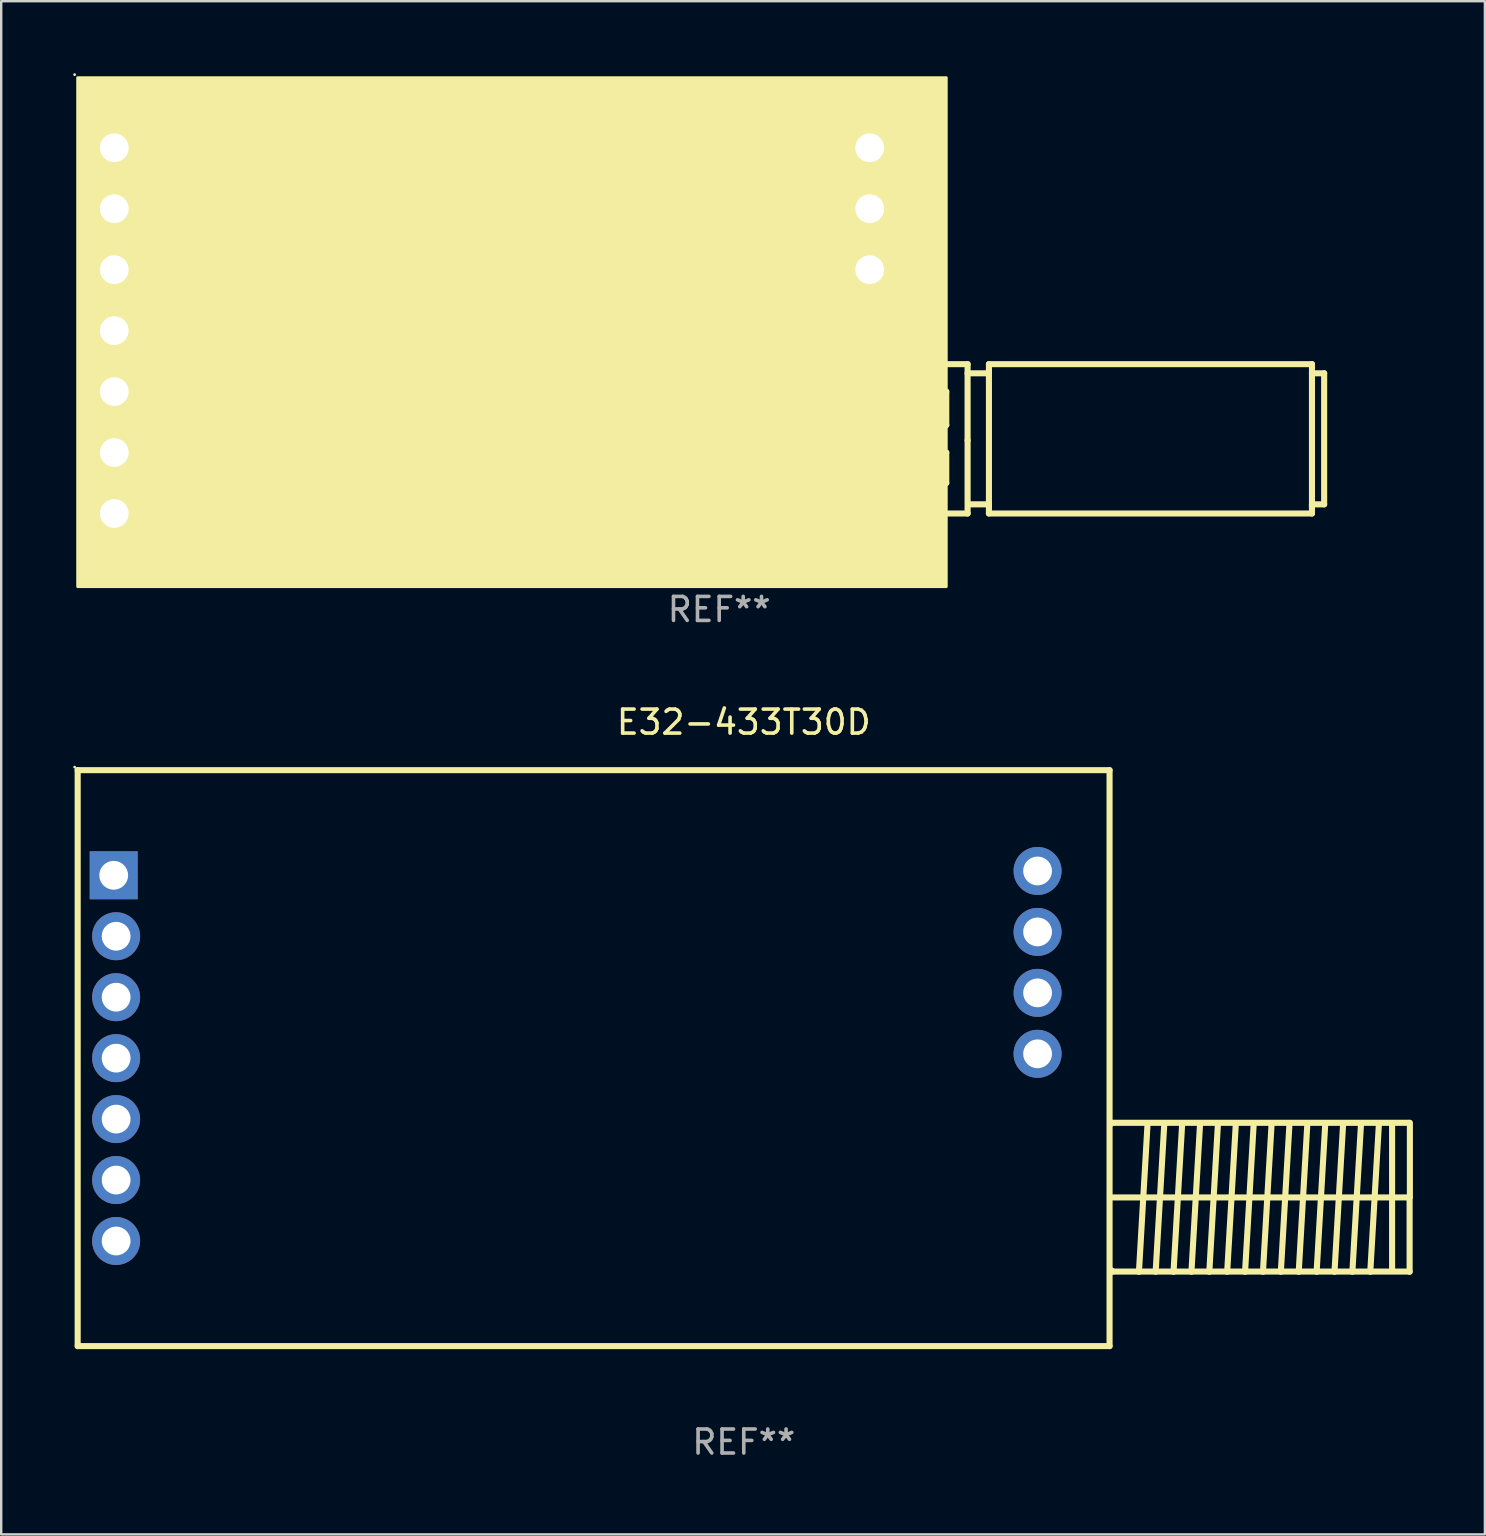
<source format=kicad_pcb>
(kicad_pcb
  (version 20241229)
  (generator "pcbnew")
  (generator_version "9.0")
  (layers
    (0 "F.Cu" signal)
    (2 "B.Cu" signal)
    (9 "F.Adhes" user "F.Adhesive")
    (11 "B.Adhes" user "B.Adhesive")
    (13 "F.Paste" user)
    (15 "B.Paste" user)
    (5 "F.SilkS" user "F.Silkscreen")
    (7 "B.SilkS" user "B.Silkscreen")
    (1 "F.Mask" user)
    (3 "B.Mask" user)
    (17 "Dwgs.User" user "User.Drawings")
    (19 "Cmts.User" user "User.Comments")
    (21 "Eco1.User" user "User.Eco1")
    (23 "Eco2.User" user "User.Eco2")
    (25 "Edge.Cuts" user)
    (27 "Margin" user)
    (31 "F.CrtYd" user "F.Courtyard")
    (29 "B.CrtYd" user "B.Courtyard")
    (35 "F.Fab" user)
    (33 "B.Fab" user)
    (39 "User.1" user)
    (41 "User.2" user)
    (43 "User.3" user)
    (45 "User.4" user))
  (footprint "E32-433T30D"
    (layer "F.Cu")
    (at 27.945 41.045)
    (property "Reference" "E32-433T30D" (at 0 -14 0) (layer "F.SilkS") (effects (font (size 1 1) (thickness 0.15))))
    (attr through_hole)
    (fp_line (start -27.758 -12) (end 15.243 -12) (stroke (width 0.254) (type solid)) (layer "F.SilkS"))
    (fp_line (start -27.758 12) (end 15.243 12) (stroke (width 0.254) (type solid)) (layer "F.SilkS"))
    (fp_line (start -27.758 -12) (end -27.758 12) (stroke (width 0.254) (type solid)) (layer "F.SilkS"))
    (fp_line (start 15.243 -12) (end 15.243 12) (stroke (width 0.254) (type solid)) (layer "F.SilkS"))
    (fp_line (start 15.328 5.805) (end 27.728 5.805) (stroke (width 0.254) (type solid)) (layer "F.SilkS"))
    (fp_line (start 15.358 2.695) (end 15.328 2.725) (stroke (width 0.254) (type solid)) (layer "F.SilkS"))
    (fp_line (start 15.378 8.895) (end 15.328 8.845) (stroke (width 0.254) (type solid)) (layer "F.SilkS"))
    (fp_line (start 16.827 2.725) (end 16.468 8.905) (stroke (width 0.254) (type solid)) (layer "F.SilkS"))
    (fp_line (start 17.524 2.725) (end 17.164 8.905) (stroke (width 0.254) (type solid)) (layer "F.SilkS"))
    (fp_line (start 18.269 2.725) (end 17.909 8.905) (stroke (width 0.254) (type solid)) (layer "F.SilkS"))
    (fp_line (start 19.015 2.725) (end 18.655 8.905) (stroke (width 0.254) (type solid)) (layer "F.SilkS"))
    (fp_line (start 19.76 2.725) (end 19.4 8.905) (stroke (width 0.254) (type solid)) (layer "F.SilkS"))
    (fp_line (start 20.505 2.725) (end 20.145 8.905) (stroke (width 0.254) (type solid)) (layer "F.SilkS"))
    (fp_line (start 21.25 2.725) (end 20.89 8.905) (stroke (width 0.254) (type solid)) (layer "F.SilkS"))
    (fp_line (start 21.996 2.725) (end 21.636 8.905) (stroke (width 0.254) (type solid)) (layer "F.SilkS"))
    (fp_line (start 22.741 2.725) (end 22.381 8.905) (stroke (width 0.254) (type solid)) (layer "F.SilkS"))
    (fp_line (start 23.486 2.725) (end 23.126 8.905) (stroke (width 0.254) (type solid)) (layer "F.SilkS"))
    (fp_line (start 24.232 2.725) (end 23.872 8.905) (stroke (width 0.254) (type solid)) (layer "F.SilkS"))
    (fp_line (start 24.977 2.725) (end 24.617 8.905) (stroke (width 0.254) (type solid)) (layer "F.SilkS"))
    (fp_line (start 25.722 2.725) (end 25.362 8.905) (stroke (width 0.254) (type solid)) (layer "F.SilkS"))
    (fp_line (start 26.468 2.725) (end 26.108 8.905) (stroke (width 0.254) (type solid)) (layer "F.SilkS"))
    (fp_line (start 27.017 2.725) (end 27.017 8.875) (stroke (width 0.254) (type solid)) (layer "F.SilkS"))
    (fp_line (start 27.728 2.695) (end 15.358 2.695) (stroke (width 0.254) (type solid)) (layer "F.SilkS"))
    (fp_line (start 27.747 8.905) (end 27.747 5.805) (stroke (width 0.254) (type solid)) (layer "F.SilkS"))
    (fp_line (start 27.747 8.895) (end 15.378 8.895) (stroke (width 0.254) (type solid)) (layer "F.SilkS"))
    (fp_line (start 27.758 5.795) (end 27.758 2.695) (stroke (width 0.254) (type solid)) (layer "F.SilkS"))
    (fp_circle (center -27.885 -12.127) (end -27.855 -12.127) (stroke (width 0.06) (type solid)) (fill no) (layer "F.SilkS"))
    (fp_text user "E32-TTL-1W" (at -14.322 -0.163 0) (layer "B.Mask") (effects (font (size 1 1) (thickness 0.15))))
    (fp_text user "REF**" (at 0 16 0) (layer "F.Fab") (effects (font (size 1 1) (thickness 0.15))))
    (pad "1" thru_hole rect (at -26.257 -7.62 90) (size 2 2) (drill 1.2) (layers "*.Cu" "*.Mask"))
    (pad "2" thru_hole circle (at -26.156 -5.08) (size 2 2) (drill 1.2) (layers "*.Cu" "*.Mask"))
    (pad "3" thru_hole circle (at -26.156 -2.54) (size 2 2) (drill 1.2) (layers "*.Cu" "*.Mask"))
    (pad "4" thru_hole circle (at -26.156 0) (size 2 2) (drill 1.2) (layers "*.Cu" "*.Mask"))
    (pad "5" thru_hole circle (at -26.156 2.54) (size 2 2) (drill 1.2) (layers "*.Cu" "*.Mask"))
    (pad "6" thru_hole circle (at -26.156 5.08) (size 2 2) (drill 1.2) (layers "*.Cu" "*.Mask"))
    (pad "7" thru_hole circle (at -26.156 7.62) (size 2 2) (drill 1.2) (layers "*.Cu" "*.Mask"))
    (pad "8" thru_hole circle (at 12.243 -0.18) (size 2 2) (drill 1.2) (layers "*.Cu" "*.Mask"))
    (pad "9" thru_hole circle (at 12.243 -2.72) (size 2 2) (drill 1.2) (layers "*.Cu" "*.Mask"))
    (pad "10" thru_hole circle (at 12.243 -5.26) (size 2 2) (drill 1.2) (layers "*.Cu" "*.Mask"))
    (pad "11" thru_hole circle (at 12.243 -7.8) (size 2 2) (drill 1.2) (layers "*.Cu" "*.Mask")))
  (footprint "E32-433T20DC"
    (layer "F.Cu")
    (at 26.921 10.728)
    (property "Reference" "E32-433T20DC" (at 0 -9.62 0) (layer "F.SilkS") (effects (font (size 1 1) (thickness 0.15))))
    (attr through_hole)
    (fp_line (start 5.271 1.397) (end 10.351 1.397) (stroke (width 0.254) (type solid)) (layer "F.SilkS"))
    (fp_line (start 5.271 2.54) (end 5.271 1.397) (stroke (width 0.254) (type solid)) (layer "F.SilkS"))
    (fp_line (start 5.271 3.937) (end 9.462 3.937) (stroke (width 0.254) (type solid)) (layer "F.SilkS"))
    (fp_line (start 5.271 5.08) (end 5.271 3.937) (stroke (width 0.254) (type solid)) (layer "F.SilkS"))
    (fp_line (start 5.271 6.35) (end 9.462 6.35) (stroke (width 0.254) (type solid)) (layer "F.SilkS"))
    (fp_line (start 5.271 7.62) (end 5.271 6.35) (stroke (width 0.254) (type solid)) (layer "F.SilkS"))
    (fp_line (start 9.462 2.54) (end 5.271 2.54) (stroke (width 0.254) (type solid)) (layer "F.SilkS"))
    (fp_line (start 9.462 3.937) (end 9.462 2.54) (stroke (width 0.254) (type solid)) (layer "F.SilkS"))
    (fp_line (start 9.462 5.08) (end 5.271 5.08) (stroke (width 0.254) (type solid)) (layer "F.SilkS"))
    (fp_line (start 9.462 6.35) (end 9.462 5.08) (stroke (width 0.254) (type solid)) (layer "F.SilkS"))
    (fp_line (start 10.351 1.778) (end 11.24 1.778) (stroke (width 0.254) (type solid)) (layer "F.SilkS"))
    (fp_line (start 10.351 4.572) (end 10.351 1.397) (stroke (width 0.254) (type solid)) (layer "F.SilkS"))
    (fp_line (start 10.351 4.572) (end 10.351 7.62) (stroke (width 0.254) (type solid)) (layer "F.SilkS"))
    (fp_line (start 10.351 7.62) (end 5.271 7.62) (stroke (width 0.254) (type solid)) (layer "F.SilkS"))
    (fp_line (start 11.24 1.397) (end 24.702 1.397) (stroke (width 0.254) (type solid)) (layer "F.SilkS"))
    (fp_line (start 11.24 1.651) (end 11.24 7.239) (stroke (width 0.254) (type solid)) (layer "F.SilkS"))
    (fp_line (start 11.24 1.778) (end 11.24 1.397) (stroke (width 0.254) (type solid)) (layer "F.SilkS"))
    (fp_line (start 11.24 7.239) (end 10.478 7.239) (stroke (width 0.254) (type solid)) (layer "F.SilkS"))
    (fp_line (start 11.24 7.62) (end 11.24 7.239) (stroke (width 0.254) (type solid)) (layer "F.SilkS"))
    (fp_line (start 24.702 1.397) (end 24.702 1.778) (stroke (width 0.254) (type solid)) (layer "F.SilkS"))
    (fp_line (start 24.702 1.778) (end 25.21 1.778) (stroke (width 0.254) (type solid)) (layer "F.SilkS"))
    (fp_line (start 24.702 7.239) (end 24.702 7.62) (stroke (width 0.254) (type solid)) (layer "F.SilkS"))
    (fp_line (start 24.702 7.366) (end 24.702 1.778) (stroke (width 0.254) (type solid)) (layer "F.SilkS"))
    (fp_line (start 24.702 7.62) (end 11.24 7.62) (stroke (width 0.254) (type solid)) (layer "F.SilkS"))
    (fp_line (start 25.21 1.778) (end 25.21 7.239) (stroke (width 0.254) (type solid)) (layer "F.SilkS"))
    (fp_line (start 25.21 7.239) (end 24.702 7.239) (stroke (width 0.254) (type solid)) (layer "F.SilkS"))
    (fp_circle (center -26.861 -10.668) (end -26.831 -10.668) (stroke (width 0.06) (type solid)) (fill no) (layer "F.SilkS"))
    (fp_poly (pts (xy -26.734 -10.541) (xy 9.462 -10.541) (xy 9.462 10.668) (xy -26.734 10.668)) (stroke (width 0.12) (type solid)) (fill yes) (layer "F.SilkS"))
    (fp_text user "REF**" (at 0 11.62 0) (layer "F.Fab") (effects (font (size 1 1) (thickness 0.15))))
    (pad "1" thru_hole rect (at -25.21 -7.62) (size 2 2) (drill 1.2) (layers "*.Cu" "*.Mask"))
    (pad "2" thru_hole circle (at -25.21 -5.08) (size 2 2) (drill 1.2) (layers "*.Cu" "*.Mask"))
    (pad "3" thru_hole circle (at -25.21 -2.54) (size 2 2) (drill 1.2) (layers "*.Cu" "*.Mask"))
    (pad "4" thru_hole circle (at -25.21 0) (size 2 2) (drill 1.2) (layers "*.Cu" "*.Mask"))
    (pad "5" thru_hole circle (at -25.21 2.54) (size 2 2) (drill 1.2) (layers "*.Cu" "*.Mask"))
    (pad "6" thru_hole circle (at -25.21 5.08) (size 2 2) (drill 1.2) (layers "*.Cu" "*.Mask"))
    (pad "7" thru_hole circle (at -25.21 7.62) (size 2 2) (drill 1.2) (layers "*.Cu" "*.Mask"))
    (pad "8" thru_hole circle (at 6.271 -2.54) (size 2 2) (drill 1.2) (layers "*.Cu" "*.Mask"))
    (pad "9" thru_hole circle (at 6.271 -5.08) (size 2 2) (drill 1.2) (layers "*.Cu" "*.Mask"))
    (pad "10" thru_hole circle (at 6.271 -7.62) (size 2 2) (drill 1.2) (layers "*.Cu" "*.Mask")))
  (gr_rect
    (start -3 -3)
    (end 58.829 60.893)
    (stroke (width 0.1) (type default))
    (fill no)
    (layer "Edge.Cuts")))
</source>
